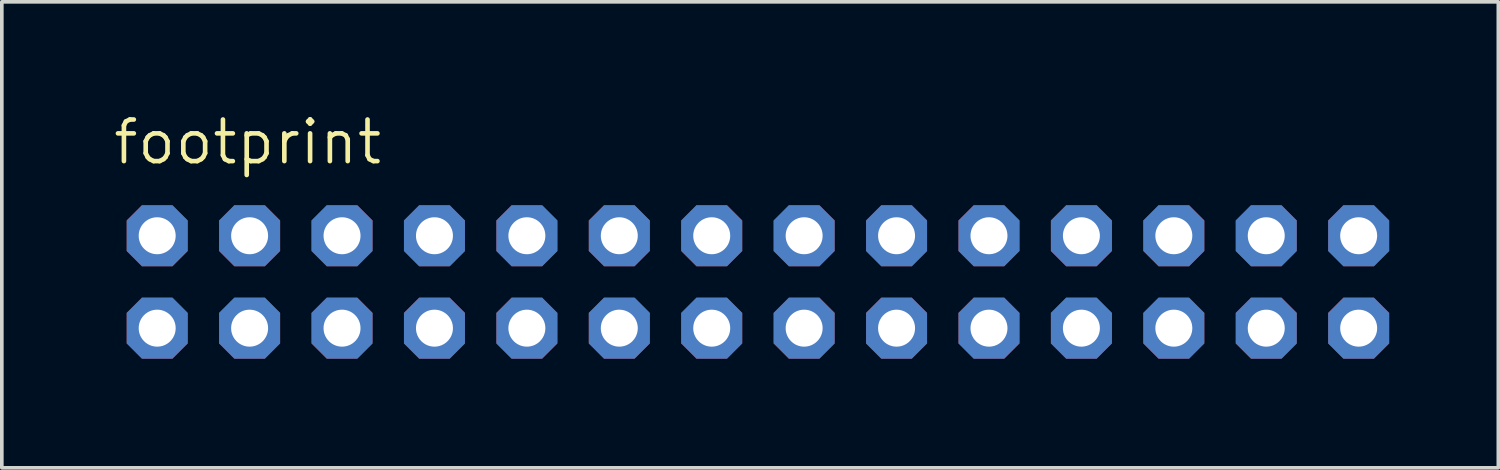
<source format=kicad_pcb>
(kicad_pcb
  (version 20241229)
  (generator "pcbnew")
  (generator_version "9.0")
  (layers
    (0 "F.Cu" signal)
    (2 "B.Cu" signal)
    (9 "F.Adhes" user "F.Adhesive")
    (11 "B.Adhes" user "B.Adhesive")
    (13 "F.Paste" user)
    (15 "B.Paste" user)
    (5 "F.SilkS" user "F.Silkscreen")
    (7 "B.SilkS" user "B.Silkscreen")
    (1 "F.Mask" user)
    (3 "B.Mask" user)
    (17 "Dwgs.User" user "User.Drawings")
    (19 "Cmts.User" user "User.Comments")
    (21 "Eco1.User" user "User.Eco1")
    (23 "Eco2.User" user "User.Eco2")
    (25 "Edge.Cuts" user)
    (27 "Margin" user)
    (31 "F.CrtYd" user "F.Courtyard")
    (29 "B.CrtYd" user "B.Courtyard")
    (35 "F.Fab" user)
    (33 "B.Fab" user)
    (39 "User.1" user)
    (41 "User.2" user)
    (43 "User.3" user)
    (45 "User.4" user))
  (footprint "footprint"
    (layer "F.Cu")
    (at 17.78 4.699)
    (property "Reference" "footprint" (at -17.78 -3.175 0) (layer "F.SilkS") (effects (font (size 1.143 1.143) (thickness 0.127)) (justify left bottom)))
    (fp_poly (pts (xy -16.764 -1.016) (xy -16.256 -1.016) (xy -16.256 -1.524) (xy -16.764 -1.524)) (stroke (width 0.1) (type solid)) (fill no) (layer "F.Fab"))
    (fp_poly (pts (xy -16.764 1.524) (xy -16.256 1.524) (xy -16.256 1.016) (xy -16.764 1.016)) (stroke (width 0.1) (type solid)) (fill no) (layer "F.Fab"))
    (fp_poly (pts (xy -14.224 -1.016) (xy -13.716 -1.016) (xy -13.716 -1.524) (xy -14.224 -1.524)) (stroke (width 0.1) (type solid)) (fill no) (layer "F.Fab"))
    (fp_poly (pts (xy -14.224 1.524) (xy -13.716 1.524) (xy -13.716 1.016) (xy -14.224 1.016)) (stroke (width 0.1) (type solid)) (fill no) (layer "F.Fab"))
    (fp_poly (pts (xy -11.684 -1.016) (xy -11.176 -1.016) (xy -11.176 -1.524) (xy -11.684 -1.524)) (stroke (width 0.1) (type solid)) (fill no) (layer "F.Fab"))
    (fp_poly (pts (xy -11.684 1.524) (xy -11.176 1.524) (xy -11.176 1.016) (xy -11.684 1.016)) (stroke (width 0.1) (type solid)) (fill no) (layer "F.Fab"))
    (fp_poly (pts (xy -9.144 -1.016) (xy -8.636 -1.016) (xy -8.636 -1.524) (xy -9.144 -1.524)) (stroke (width 0.1) (type solid)) (fill no) (layer "F.Fab"))
    (fp_poly (pts (xy -9.144 1.524) (xy -8.636 1.524) (xy -8.636 1.016) (xy -9.144 1.016)) (stroke (width 0.1) (type solid)) (fill no) (layer "F.Fab"))
    (fp_poly (pts (xy -6.604 -1.016) (xy -6.096 -1.016) (xy -6.096 -1.524) (xy -6.604 -1.524)) (stroke (width 0.1) (type solid)) (fill no) (layer "F.Fab"))
    (fp_poly (pts (xy -6.604 1.524) (xy -6.096 1.524) (xy -6.096 1.016) (xy -6.604 1.016)) (stroke (width 0.1) (type solid)) (fill no) (layer "F.Fab"))
    (fp_poly (pts (xy -4.064 -1.016) (xy -3.556 -1.016) (xy -3.556 -1.524) (xy -4.064 -1.524)) (stroke (width 0.1) (type solid)) (fill no) (layer "F.Fab"))
    (fp_poly (pts (xy -4.064 1.524) (xy -3.556 1.524) (xy -3.556 1.016) (xy -4.064 1.016)) (stroke (width 0.1) (type solid)) (fill no) (layer "F.Fab"))
    (fp_poly (pts (xy -1.524 -1.016) (xy -1.016 -1.016) (xy -1.016 -1.524) (xy -1.524 -1.524)) (stroke (width 0.1) (type solid)) (fill no) (layer "F.Fab"))
    (fp_poly (pts (xy -1.524 1.524) (xy -1.016 1.524) (xy -1.016 1.016) (xy -1.524 1.016)) (stroke (width 0.1) (type solid)) (fill no) (layer "F.Fab"))
    (fp_poly (pts (xy 1.016 -1.016) (xy 1.524 -1.016) (xy 1.524 -1.524) (xy 1.016 -1.524)) (stroke (width 0.1) (type solid)) (fill no) (layer "F.Fab"))
    (fp_poly (pts (xy 1.016 1.524) (xy 1.524 1.524) (xy 1.524 1.016) (xy 1.016 1.016)) (stroke (width 0.1) (type solid)) (fill no) (layer "F.Fab"))
    (fp_poly (pts (xy 3.556 -1.016) (xy 4.064 -1.016) (xy 4.064 -1.524) (xy 3.556 -1.524)) (stroke (width 0.1) (type solid)) (fill no) (layer "F.Fab"))
    (fp_poly (pts (xy 3.556 1.524) (xy 4.064 1.524) (xy 4.064 1.016) (xy 3.556 1.016)) (stroke (width 0.1) (type solid)) (fill no) (layer "F.Fab"))
    (fp_poly (pts (xy 6.096 -1.016) (xy 6.604 -1.016) (xy 6.604 -1.524) (xy 6.096 -1.524)) (stroke (width 0.1) (type solid)) (fill no) (layer "F.Fab"))
    (fp_poly (pts (xy 6.096 1.524) (xy 6.604 1.524) (xy 6.604 1.016) (xy 6.096 1.016)) (stroke (width 0.1) (type solid)) (fill no) (layer "F.Fab"))
    (fp_poly (pts (xy 8.636 -1.016) (xy 9.144 -1.016) (xy 9.144 -1.524) (xy 8.636 -1.524)) (stroke (width 0.1) (type solid)) (fill no) (layer "F.Fab"))
    (fp_poly (pts (xy 8.636 1.524) (xy 9.144 1.524) (xy 9.144 1.016) (xy 8.636 1.016)) (stroke (width 0.1) (type solid)) (fill no) (layer "F.Fab"))
    (fp_poly (pts (xy 11.176 -1.016) (xy 11.684 -1.016) (xy 11.684 -1.524) (xy 11.176 -1.524)) (stroke (width 0.1) (type solid)) (fill no) (layer "F.Fab"))
    (fp_poly (pts (xy 11.176 1.524) (xy 11.684 1.524) (xy 11.684 1.016) (xy 11.176 1.016)) (stroke (width 0.1) (type solid)) (fill no) (layer "F.Fab"))
    (fp_poly (pts (xy 13.716 -1.016) (xy 14.224 -1.016) (xy 14.224 -1.524) (xy 13.716 -1.524)) (stroke (width 0.1) (type solid)) (fill no) (layer "F.Fab"))
    (fp_poly (pts (xy 13.716 1.524) (xy 14.224 1.524) (xy 14.224 1.016) (xy 13.716 1.016)) (stroke (width 0.1) (type solid)) (fill no) (layer "F.Fab"))
    (fp_poly (pts (xy 16.256 -1.016) (xy 16.764 -1.016) (xy 16.764 -1.524) (xy 16.256 -1.524)) (stroke (width 0.1) (type solid)) (fill no) (layer "F.Fab"))
    (fp_poly (pts (xy 16.256 1.524) (xy 16.764 1.524) (xy 16.764 1.016) (xy 16.256 1.016)) (stroke (width 0.1) (type solid)) (fill no) (layer "F.Fab"))
    (pad "1" thru_hole roundrect (at -16.51 1.27) (size 1.676 1.676) (drill 1.016) (layers "*.Cu" "*.Mask") (roundrect_rratio 0.25) (chamfer_ratio 0.25) (chamfer top_left top_right bottom_left bottom_right))
    (pad "2" thru_hole roundrect (at -16.51 -1.27) (size 1.676 1.676) (drill 1.016) (layers "*.Cu" "*.Mask") (roundrect_rratio 0.25) (chamfer_ratio 0.25) (chamfer top_left top_right bottom_left bottom_right))
    (pad "3" thru_hole roundrect (at -13.97 1.27) (size 1.676 1.676) (drill 1.016) (layers "*.Cu" "*.Mask") (roundrect_rratio 0.25) (chamfer_ratio 0.25) (chamfer top_left top_right bottom_left bottom_right))
    (pad "4" thru_hole roundrect (at -13.97 -1.27) (size 1.676 1.676) (drill 1.016) (layers "*.Cu" "*.Mask") (roundrect_rratio 0.25) (chamfer_ratio 0.25) (chamfer top_left top_right bottom_left bottom_right))
    (pad "5" thru_hole roundrect (at -11.43 1.27) (size 1.676 1.676) (drill 1.016) (layers "*.Cu" "*.Mask") (roundrect_rratio 0.25) (chamfer_ratio 0.25) (chamfer top_left top_right bottom_left bottom_right))
    (pad "6" thru_hole roundrect (at -11.43 -1.27) (size 1.676 1.676) (drill 1.016) (layers "*.Cu" "*.Mask") (roundrect_rratio 0.25) (chamfer_ratio 0.25) (chamfer top_left top_right bottom_left bottom_right))
    (pad "7" thru_hole roundrect (at -8.89 1.27) (size 1.676 1.676) (drill 1.016) (layers "*.Cu" "*.Mask") (roundrect_rratio 0.25) (chamfer_ratio 0.25) (chamfer top_left top_right bottom_left bottom_right))
    (pad "8" thru_hole roundrect (at -8.89 -1.27) (size 1.676 1.676) (drill 1.016) (layers "*.Cu" "*.Mask") (roundrect_rratio 0.25) (chamfer_ratio 0.25) (chamfer top_left top_right bottom_left bottom_right))
    (pad "9" thru_hole roundrect (at -6.35 1.27) (size 1.676 1.676) (drill 1.016) (layers "*.Cu" "*.Mask") (roundrect_rratio 0.25) (chamfer_ratio 0.25) (chamfer top_left top_right bottom_left bottom_right))
    (pad "10" thru_hole roundrect (at -6.35 -1.27) (size 1.676 1.676) (drill 1.016) (layers "*.Cu" "*.Mask") (roundrect_rratio 0.25) (chamfer_ratio 0.25) (chamfer top_left top_right bottom_left bottom_right))
    (pad "11" thru_hole roundrect (at -3.81 1.27) (size 1.676 1.676) (drill 1.016) (layers "*.Cu" "*.Mask") (roundrect_rratio 0.25) (chamfer_ratio 0.25) (chamfer top_left top_right bottom_left bottom_right))
    (pad "12" thru_hole roundrect (at -3.81 -1.27) (size 1.676 1.676) (drill 1.016) (layers "*.Cu" "*.Mask") (roundrect_rratio 0.25) (chamfer_ratio 0.25) (chamfer top_left top_right bottom_left bottom_right))
    (pad "13" thru_hole roundrect (at -1.27 1.27) (size 1.676 1.676) (drill 1.016) (layers "*.Cu" "*.Mask") (roundrect_rratio 0.25) (chamfer_ratio 0.25) (chamfer top_left top_right bottom_left bottom_right))
    (pad "14" thru_hole roundrect (at -1.27 -1.27) (size 1.676 1.676) (drill 1.016) (layers "*.Cu" "*.Mask") (roundrect_rratio 0.25) (chamfer_ratio 0.25) (chamfer top_left top_right bottom_left bottom_right))
    (pad "15" thru_hole roundrect (at 1.27 1.27) (size 1.676 1.676) (drill 1.016) (layers "*.Cu" "*.Mask") (roundrect_rratio 0.25) (chamfer_ratio 0.25) (chamfer top_left top_right bottom_left bottom_right))
    (pad "16" thru_hole roundrect (at 1.27 -1.27) (size 1.676 1.676) (drill 1.016) (layers "*.Cu" "*.Mask") (roundrect_rratio 0.25) (chamfer_ratio 0.25) (chamfer top_left top_right bottom_left bottom_right))
    (pad "17" thru_hole roundrect (at 3.81 1.27) (size 1.676 1.676) (drill 1.016) (layers "*.Cu" "*.Mask") (roundrect_rratio 0.25) (chamfer_ratio 0.25) (chamfer top_left top_right bottom_left bottom_right))
    (pad "18" thru_hole roundrect (at 3.81 -1.27) (size 1.676 1.676) (drill 1.016) (layers "*.Cu" "*.Mask") (roundrect_rratio 0.25) (chamfer_ratio 0.25) (chamfer top_left top_right bottom_left bottom_right))
    (pad "19" thru_hole roundrect (at 6.35 1.27) (size 1.676 1.676) (drill 1.016) (layers "*.Cu" "*.Mask") (roundrect_rratio 0.25) (chamfer_ratio 0.25) (chamfer top_left top_right bottom_left bottom_right))
    (pad "20" thru_hole roundrect (at 6.35 -1.27) (size 1.676 1.676) (drill 1.016) (layers "*.Cu" "*.Mask") (roundrect_rratio 0.25) (chamfer_ratio 0.25) (chamfer top_left top_right bottom_left bottom_right))
    (pad "21" thru_hole roundrect (at 8.89 1.27) (size 1.676 1.676) (drill 1.016) (layers "*.Cu" "*.Mask") (roundrect_rratio 0.25) (chamfer_ratio 0.25) (chamfer top_left top_right bottom_left bottom_right))
    (pad "22" thru_hole roundrect (at 8.89 -1.27) (size 1.676 1.676) (drill 1.016) (layers "*.Cu" "*.Mask") (roundrect_rratio 0.25) (chamfer_ratio 0.25) (chamfer top_left top_right bottom_left bottom_right))
    (pad "23" thru_hole roundrect (at 11.43 1.27) (size 1.676 1.676) (drill 1.016) (layers "*.Cu" "*.Mask") (roundrect_rratio 0.25) (chamfer_ratio 0.25) (chamfer top_left top_right bottom_left bottom_right))
    (pad "24" thru_hole roundrect (at 11.43 -1.27) (size 1.676 1.676) (drill 1.016) (layers "*.Cu" "*.Mask") (roundrect_rratio 0.25) (chamfer_ratio 0.25) (chamfer top_left top_right bottom_left bottom_right))
    (pad "25" thru_hole roundrect (at 13.97 1.27) (size 1.676 1.676) (drill 1.016) (layers "*.Cu" "*.Mask") (roundrect_rratio 0.25) (chamfer_ratio 0.25) (chamfer top_left top_right bottom_left bottom_right))
    (pad "26" thru_hole roundrect (at 13.97 -1.27) (size 1.676 1.676) (drill 1.016) (layers "*.Cu" "*.Mask") (roundrect_rratio 0.25) (chamfer_ratio 0.25) (chamfer top_left top_right bottom_left bottom_right))
    (pad "27" thru_hole roundrect (at 16.51 1.27) (size 1.676 1.676) (drill 1.016) (layers "*.Cu" "*.Mask") (roundrect_rratio 0.25) (chamfer_ratio 0.25) (chamfer top_left top_right bottom_left bottom_right))
    (pad "28" thru_hole roundrect (at 16.51 -1.27) (size 1.676 1.676) (drill 1.016) (layers "*.Cu" "*.Mask") (roundrect_rratio 0.25) (chamfer_ratio 0.25) (chamfer top_left top_right bottom_left bottom_right)))
  (gr_rect
    (start -3 -3)
    (end 38.128 9.807)
    (stroke (width 0.1) (type default))
    (fill no)
    (layer "Edge.Cuts")))
</source>
